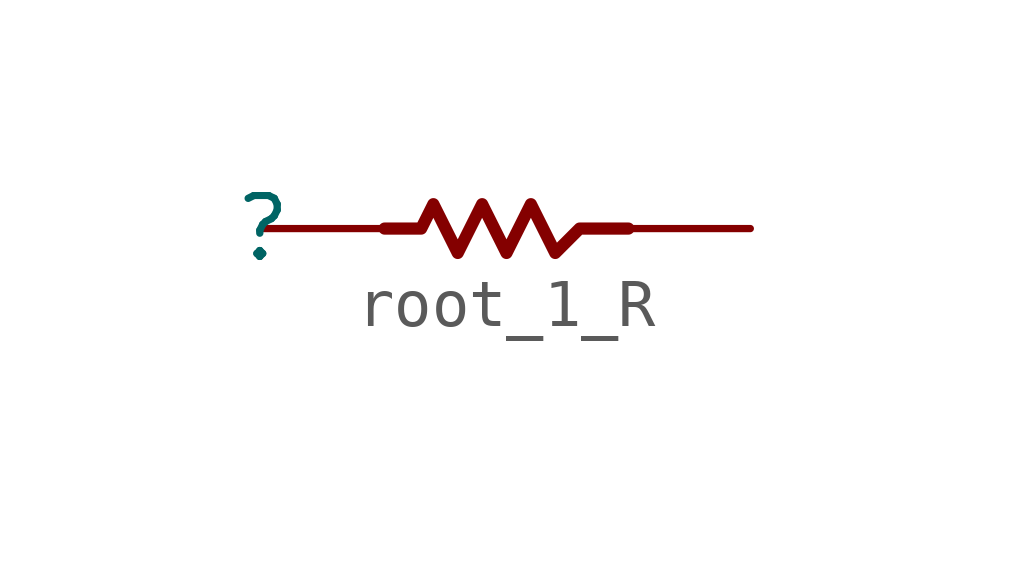
<source format=kicad_sym>
(kicad_symbol_lib
  (version 20231120)
  (generator "kicad_symbol_editor")
  (generator_version "8.0")
  (symbol "root_1_R"
    (property "Reference" ""
      (at 0 0 0)
      (effects (font (size 1.27 1.27))))
    (property "Value" ""
      (at 0 0 0)
      (effects (font (size 1.27 1.27))))
    (symbol "root_1_R_1_0"
      (polyline (pts (xy 7.62 0) (xy 6.604 0) (xy 6.096 -0.508) (xy 5.588 0.508) (xy 5.08 -0.508) (xy 4.572 0.508) (xy 4.064 -0.508) (xy 3.556 0.508) (xy 3.302 0) (xy 2.54 0)) (stroke (width 0.254) (type solid)) (fill (type none)))
      (pin passive line (at 10.16 0 180) (length 2.54) (name "" (effects (font (size 1.27 1.27)))) (number "1" (effects (font (size 0 0)))))
      (pin passive line (at 0 0 0) (length 2.54) (name "" (effects (font (size 1.27 1.27)))) (number "2" (effects (font (size 0 0))))))))
</source>
